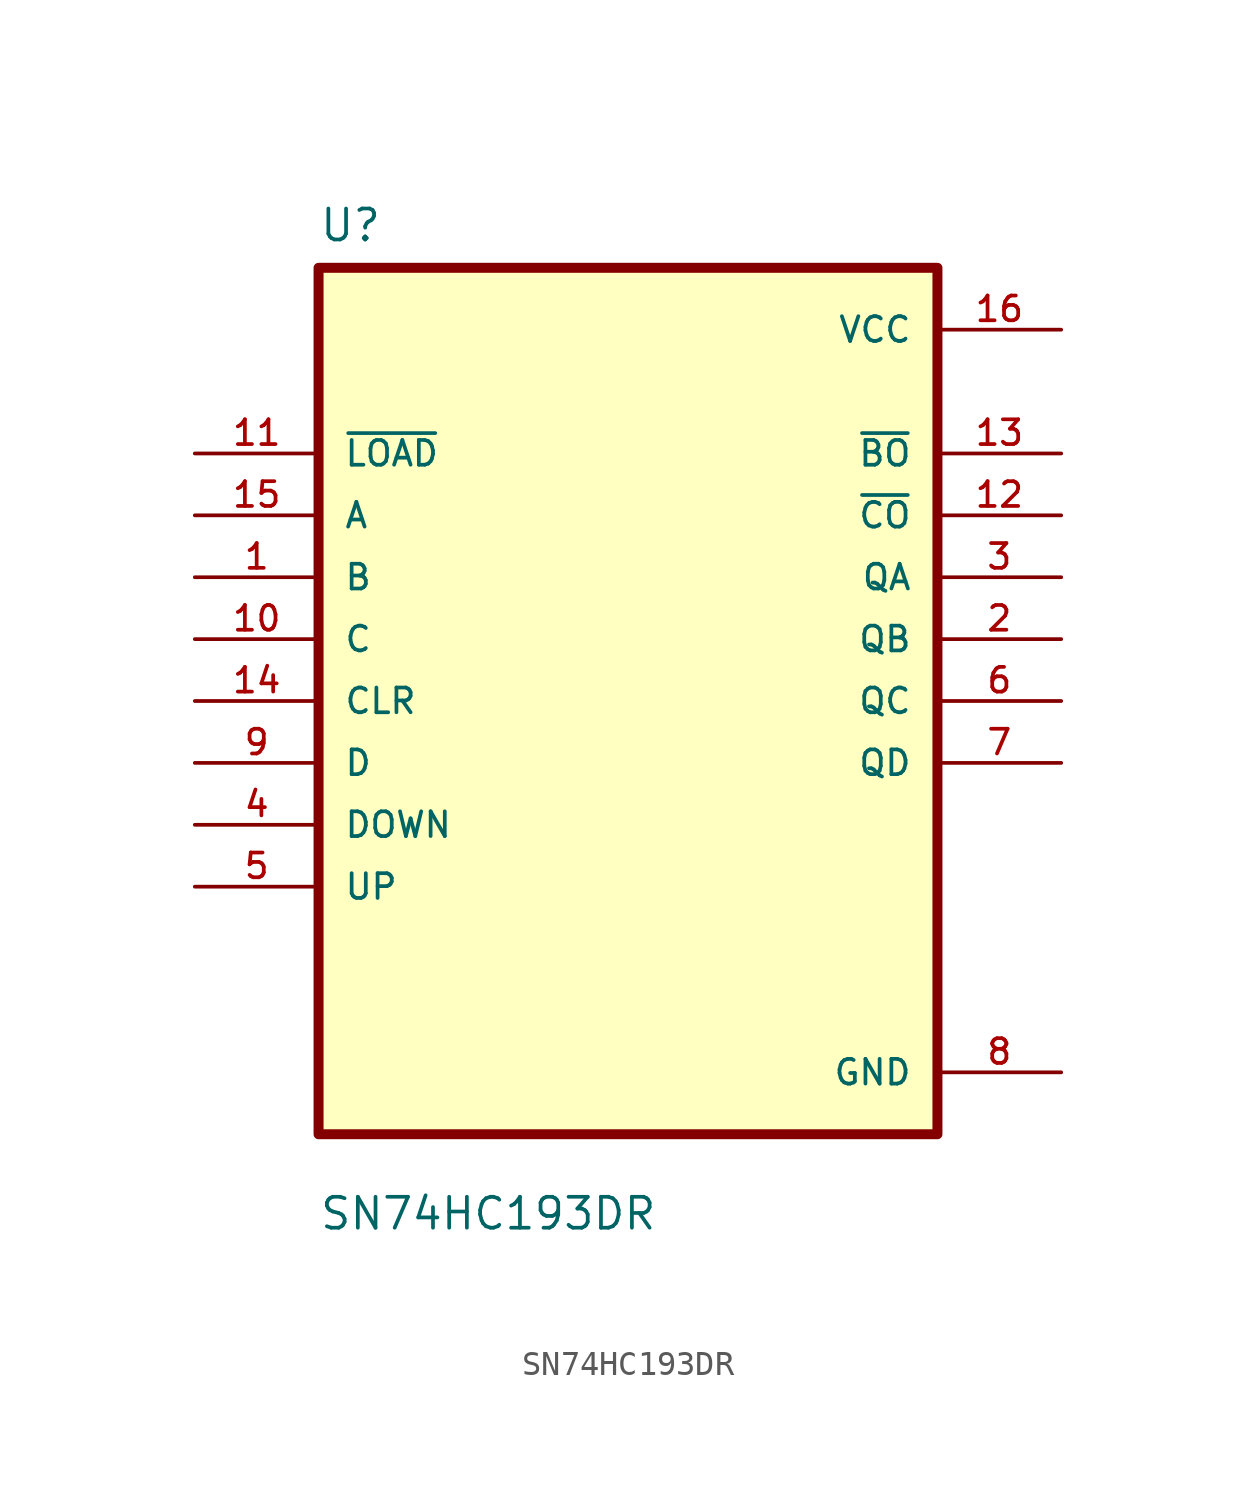
<source format=kicad_sym>
(kicad_symbol_lib
  (version 20211014)
  (generator kicad_symbol_editor)
  (symbol "SN74HC193DR"
    (pin_names
      (offset 1.016))
    (property "Reference" "U"
      (at -12.7 18.78 0.0)
      (effects (font (size 1.27 1.27)) (justify bottom left)))
    (property "Value" "SN74HC193DR"
      (at -12.7 -21.78 0.0)
      (effects (font (size 1.27 1.27)) (justify bottom left)))
    (symbol "SN74HC193DR_0_0"
      (rectangle (start -12.7 -17.78) (end 12.7 17.78) (stroke (width 0.41)) (fill (type background)))
      (pin input line (at -17.78 10.16 0) (length 5.08) (name "~{LOAD}" (effects (font (size 1.016 1.016)))) (number "11" (effects (font (size 1.016 1.016)))))
      (pin input line (at -17.78 7.62 0) (length 5.08) (name "A" (effects (font (size 1.016 1.016)))) (number "15" (effects (font (size 1.016 1.016)))))
      (pin input line (at -17.78 5.08 0) (length 5.08) (name "B" (effects (font (size 1.016 1.016)))) (number "1" (effects (font (size 1.016 1.016)))))
      (pin input line (at -17.78 2.54 0) (length 5.08) (name "C" (effects (font (size 1.016 1.016)))) (number "10" (effects (font (size 1.016 1.016)))))
      (pin input line (at -17.78 0.0 0) (length 5.08) (name "CLR" (effects (font (size 1.016 1.016)))) (number "14" (effects (font (size 1.016 1.016)))))
      (pin input line (at -17.78 -2.54 0) (length 5.08) (name "D" (effects (font (size 1.016 1.016)))) (number "9" (effects (font (size 1.016 1.016)))))
      (pin input line (at -17.78 -5.08 0) (length 5.08) (name "DOWN" (effects (font (size 1.016 1.016)))) (number "4" (effects (font (size 1.016 1.016)))))
      (pin input line (at -17.78 -7.62 0) (length 5.08) (name "UP" (effects (font (size 1.016 1.016)))) (number "5" (effects (font (size 1.016 1.016)))))
      (pin power_in line (at 17.78 15.24 180.0) (length 5.08) (name "VCC" (effects (font (size 1.016 1.016)))) (number "16" (effects (font (size 1.016 1.016)))))
      (pin output line (at 17.78 10.16 180.0) (length 5.08) (name "~{BO}" (effects (font (size 1.016 1.016)))) (number "13" (effects (font (size 1.016 1.016)))))
      (pin output line (at 17.78 7.62 180.0) (length 5.08) (name "~{CO}" (effects (font (size 1.016 1.016)))) (number "12" (effects (font (size 1.016 1.016)))))
      (pin output line (at 17.78 5.08 180.0) (length 5.08) (name "QA" (effects (font (size 1.016 1.016)))) (number "3" (effects (font (size 1.016 1.016)))))
      (pin output line (at 17.78 2.54 180.0) (length 5.08) (name "QB" (effects (font (size 1.016 1.016)))) (number "2" (effects (font (size 1.016 1.016)))))
      (pin output line (at 17.78 1.77636e-15 180.0) (length 5.08) (name "QC" (effects (font (size 1.016 1.016)))) (number "6" (effects (font (size 1.016 1.016)))))
      (pin output line (at 17.78 -2.54 180.0) (length 5.08) (name "QD" (effects (font (size 1.016 1.016)))) (number "7" (effects (font (size 1.016 1.016)))))
      (pin power_in line (at 17.78 -15.24 180.0) (length 5.08) (name "GND" (effects (font (size 1.016 1.016)))) (number "8" (effects (font (size 1.016 1.016))))))))
</source>
